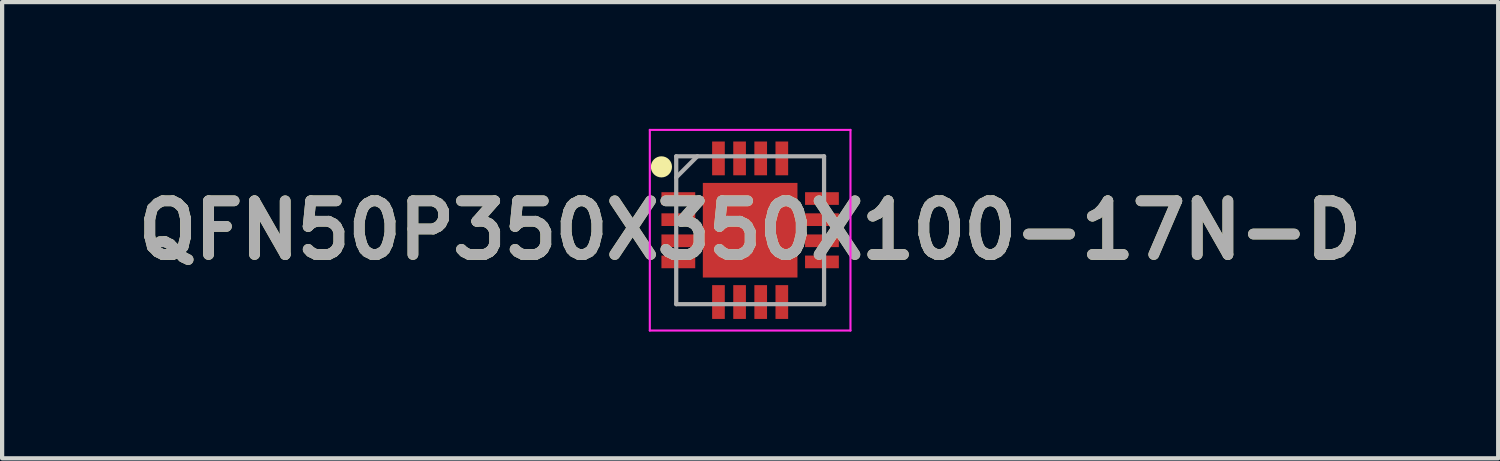
<source format=kicad_pcb>
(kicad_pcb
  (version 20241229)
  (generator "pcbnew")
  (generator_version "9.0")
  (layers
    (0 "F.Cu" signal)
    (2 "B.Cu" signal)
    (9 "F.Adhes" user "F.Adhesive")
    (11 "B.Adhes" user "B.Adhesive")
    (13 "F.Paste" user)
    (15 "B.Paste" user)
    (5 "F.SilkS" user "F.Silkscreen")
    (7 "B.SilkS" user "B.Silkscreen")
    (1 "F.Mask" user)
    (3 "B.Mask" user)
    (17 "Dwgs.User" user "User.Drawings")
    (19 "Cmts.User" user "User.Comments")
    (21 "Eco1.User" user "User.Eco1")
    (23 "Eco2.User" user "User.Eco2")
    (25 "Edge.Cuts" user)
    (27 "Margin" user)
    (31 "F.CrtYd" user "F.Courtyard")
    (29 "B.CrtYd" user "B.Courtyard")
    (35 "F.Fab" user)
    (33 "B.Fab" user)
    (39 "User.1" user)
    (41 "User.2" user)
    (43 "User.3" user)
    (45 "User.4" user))
  (footprint "QFN50P350X350X100-17N-D"
    (layer "F.Cu")
    (at 14.708 2.4)
    (property "Reference" "QFN50P350X350X100-17N-D" (at 0 0 0) (layer "F.SilkS") (effects (font (size 1.27 1.27) (thickness 0.254))))
    (attr smd)
    (fp_circle (center -2.1 -1.5) (end -2.1 -1.375) (stroke (width 0.25) (type solid)) (fill no) (layer "F.SilkS"))
    (fp_line (start -2.375 -2.375) (end 2.375 -2.375) (stroke (width 0.05) (type solid)) (layer "F.CrtYd"))
    (fp_line (start -2.375 2.375) (end -2.375 -2.375) (stroke (width 0.05) (type solid)) (layer "F.CrtYd"))
    (fp_line (start 2.375 -2.375) (end 2.375 2.375) (stroke (width 0.05) (type solid)) (layer "F.CrtYd"))
    (fp_line (start 2.375 2.375) (end -2.375 2.375) (stroke (width 0.05) (type solid)) (layer "F.CrtYd"))
    (fp_line (start -1.75 -1.75) (end 1.75 -1.75) (stroke (width 0.1) (type solid)) (layer "F.Fab"))
    (fp_line (start -1.75 -1.25) (end -1.25 -1.75) (stroke (width 0.1) (type solid)) (layer "F.Fab"))
    (fp_line (start -1.75 1.75) (end -1.75 -1.75) (stroke (width 0.1) (type solid)) (layer "F.Fab"))
    (fp_line (start 1.75 -1.75) (end 1.75 1.75) (stroke (width 0.1) (type solid)) (layer "F.Fab"))
    (fp_line (start 1.75 1.75) (end -1.75 1.75) (stroke (width 0.1) (type solid)) (layer "F.Fab"))
    (fp_text user "${REFERENCE}" (at 0 0 0) (layer "F.Fab") (effects (font (size 1.27 1.27) (thickness 0.254))))
    (pad "1" smd rect (at -1.7 -0.75 90) (size 0.3 0.8) (layers "F.Cu" "F.Mask" "F.Paste"))
    (pad "2" smd rect (at -1.7 -0.25 90) (size 0.3 0.8) (layers "F.Cu" "F.Mask" "F.Paste"))
    (pad "3" smd rect (at -1.7 0.25 90) (size 0.3 0.8) (layers "F.Cu" "F.Mask" "F.Paste"))
    (pad "4" smd rect (at -1.7 0.75 90) (size 0.3 0.8) (layers "F.Cu" "F.Mask" "F.Paste"))
    (pad "5" smd rect (at -0.75 1.7) (size 0.3 0.8) (layers "F.Cu" "F.Mask" "F.Paste"))
    (pad "6" smd rect (at -0.25 1.7) (size 0.3 0.8) (layers "F.Cu" "F.Mask" "F.Paste"))
    (pad "7" smd rect (at 0.25 1.7) (size 0.3 0.8) (layers "F.Cu" "F.Mask" "F.Paste"))
    (pad "8" smd rect (at 0.75 1.7) (size 0.3 0.8) (layers "F.Cu" "F.Mask" "F.Paste"))
    (pad "9" smd rect (at 1.7 0.75 90) (size 0.3 0.8) (layers "F.Cu" "F.Mask" "F.Paste"))
    (pad "10" smd rect (at 1.7 0.25 90) (size 0.3 0.8) (layers "F.Cu" "F.Mask" "F.Paste"))
    (pad "11" smd rect (at 1.7 -0.25 90) (size 0.3 0.8) (layers "F.Cu" "F.Mask" "F.Paste"))
    (pad "12" smd rect (at 1.7 -0.75 90) (size 0.3 0.8) (layers "F.Cu" "F.Mask" "F.Paste"))
    (pad "13" smd rect (at 0.75 -1.7) (size 0.3 0.8) (layers "F.Cu" "F.Mask" "F.Paste"))
    (pad "14" smd rect (at 0.25 -1.7) (size 0.3 0.8) (layers "F.Cu" "F.Mask" "F.Paste"))
    (pad "15" smd rect (at -0.25 -1.7) (size 0.3 0.8) (layers "F.Cu" "F.Mask" "F.Paste"))
    (pad "16" smd rect (at -0.75 -1.7) (size 0.3 0.8) (layers "F.Cu" "F.Mask" "F.Paste"))
    (pad "17" smd rect (at 0 0) (size 2.24 2.24) (layers "F.Cu" "F.Mask" "F.Paste")))
  (gr_rect
    (start -3 -3)
    (end 32.416 7.8)
    (stroke (width 0.1) (type default))
    (fill no)
    (layer "Edge.Cuts")))
</source>
